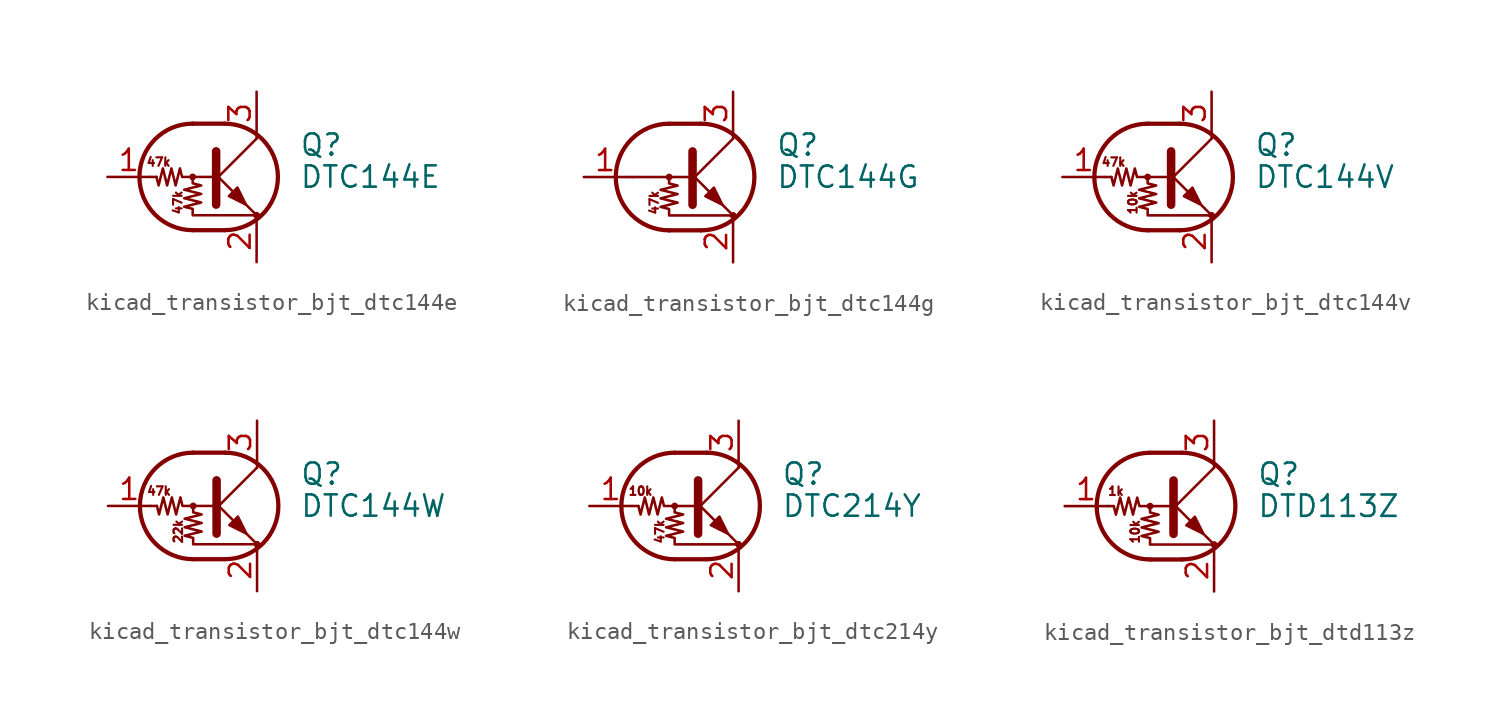
<source format=kicad_sym>
(kicad_symbol_lib
  (version 20220914)
  (generator kicad_symbol_editor)
  (symbol "kicad_transistor_bjt_dtc144e"
    (pin_names
      (offset 0) hide)
    (property "Reference" "Q"
      (at 5.08 1.905 0)
      (effects (font (size 1.27 1.27)) (justify left)))
    (property "Value" "DTC144E"
      (at 5.08 0 0)
      (effects (font (size 1.27 1.27)) (justify left)))
    (symbol "kicad_transistor_bjt_dtc144e_0_0"
      (text "47k" (at -3.302 0.889 0) (effects (font (size 0.508 0.508))))
      (text "47k" (at -2.159 -1.524 900) (effects (font (size 0.508 0.508)))))
    (symbol "kicad_transistor_bjt_dtc144e_0_1"
      (circle (center -1.27 0) (radius 0.127) (stroke (width 0) (type default)) (fill (type none)))
      (arc (start -1.27 3.175) (mid -4.4312 0) (end -1.27 -3.175) (stroke (width 0.254) (type default)) (fill (type none)))
      (polyline (pts (xy -3.429 0) (xy -3.81 0)) (stroke (width 0) (type default)) (fill (type none)))
      (polyline (pts (xy -1.27 -3.175) (xy 0.635 -3.175)) (stroke (width 0.254) (type default)) (fill (type none)))
      (polyline (pts (xy -1.27 3.175) (xy 0.635 3.175)) (stroke (width 0.254) (type default)) (fill (type none)))
      (polyline (pts (xy 0 -0.254) (xy 2.54 2.286)) (stroke (width 0) (type default)) (fill (type none)))
      (polyline (pts (xy 0.127 1.524) (xy 0.127 -1.651)) (stroke (width 0.508) (type default)) (fill (type outline)))
      (polyline (pts (xy 2.54 2.286) (xy 2.54 2.54)) (stroke (width 0) (type default)) (fill (type none)))
      (polyline (pts (xy 2.54 -2.286) (xy 0 0.254) (xy 0 0.254)) (stroke (width 0) (type default)) (fill (type none)))
      (polyline (pts (xy 0.889 -1.143) (xy 1.397 -0.635) (xy 1.905 -1.651) (xy 0.889 -1.143)) (stroke (width 0) (type default)) (fill (type outline)))
      (polyline (pts (xy 0 0) (xy -1.905 0) (xy -2.032 0.508) (xy -2.286 -0.508) (xy -2.54 0.508) (xy -2.794 -0.508) (xy -3.048 0.508) (xy -3.302 -0.508) (xy -3.429 0)) (stroke (width 0) (type default)) (fill (type none)))
      (polyline (pts (xy -1.27 0) (xy -1.27 -0.381) (xy -0.762 -0.508) (xy -1.778 -0.762) (xy -0.762 -1.016) (xy -1.778 -1.27) (xy -0.762 -1.524) (xy -1.778 -1.778) (xy -1.27 -1.905) (xy -1.27 -2.286) (xy 2.54 -2.286)) (stroke (width 0) (type default)) (fill (type none)))
      (arc (start 0.635 -3.175) (mid 3.7962 0) (end 0.635 3.175) (stroke (width 0.254) (type default)) (fill (type none)))
      (circle (center 2.54 -2.286) (radius 0.127) (stroke (width 0) (type default)) (fill (type none))))
    (symbol "kicad_transistor_bjt_dtc144e_1_1"
      (pin input line (at -6.35 0 0) (length 2.54) (name "B" (effects (font (size 1.27 1.27)))) (number "1" (effects (font (size 1.27 1.27)))))
      (pin passive line (at 2.54 -5.08 90) (length 2.54) (name "E" (effects (font (size 1.27 1.27)))) (number "2" (effects (font (size 1.27 1.27)))))
      (pin passive line (at 2.54 5.08 270) (length 2.54) (name "C" (effects (font (size 1.27 1.27)))) (number "3" (effects (font (size 1.27 1.27)))))))
  (symbol "kicad_transistor_bjt_dtc144g"
    (pin_names
      (offset 0) hide)
    (property "Reference" "Q"
      (at 5.08 1.905 0)
      (effects (font (size 1.27 1.27)) (justify left)))
    (property "Value" "DTC144G"
      (at 5.08 0 0)
      (effects (font (size 1.27 1.27)) (justify left)))
    (symbol "kicad_transistor_bjt_dtc144g_0_0"
      (polyline (pts (xy -3.429 0) (xy 0 0)) (stroke (width 0) (type default)) (fill (type none)))
      (text "47k" (at -2.159 -1.524 900) (effects (font (size 0.508 0.508)))))
    (symbol "kicad_transistor_bjt_dtc144g_0_1"
      (circle (center -1.27 0) (radius 0.127) (stroke (width 0) (type default)) (fill (type none)))
      (arc (start -1.27 3.175) (mid -4.4312 0) (end -1.27 -3.175) (stroke (width 0.254) (type default)) (fill (type none)))
      (polyline (pts (xy -3.429 0) (xy -3.81 0)) (stroke (width 0) (type default)) (fill (type none)))
      (polyline (pts (xy -1.27 -3.175) (xy 0.635 -3.175)) (stroke (width 0.254) (type default)) (fill (type none)))
      (polyline (pts (xy -1.27 3.175) (xy 0.635 3.175)) (stroke (width 0.254) (type default)) (fill (type none)))
      (polyline (pts (xy 0 -0.254) (xy 2.54 2.286)) (stroke (width 0) (type default)) (fill (type none)))
      (polyline (pts (xy 0.127 1.524) (xy 0.127 -1.651)) (stroke (width 0.508) (type default)) (fill (type outline)))
      (polyline (pts (xy 2.54 2.286) (xy 2.54 2.54)) (stroke (width 0) (type default)) (fill (type none)))
      (polyline (pts (xy 2.54 -2.286) (xy 0 0.254) (xy 0 0.254)) (stroke (width 0) (type default)) (fill (type none)))
      (polyline (pts (xy 0.889 -1.143) (xy 1.397 -0.635) (xy 1.905 -1.651) (xy 0.889 -1.143)) (stroke (width 0) (type default)) (fill (type outline)))
      (polyline (pts (xy -1.27 0) (xy -1.27 -0.381) (xy -0.762 -0.508) (xy -1.778 -0.762) (xy -0.762 -1.016) (xy -1.778 -1.27) (xy -0.762 -1.524) (xy -1.778 -1.778) (xy -1.27 -1.905) (xy -1.27 -2.286) (xy 2.54 -2.286)) (stroke (width 0) (type default)) (fill (type none)))
      (arc (start 0.635 -3.175) (mid 3.7962 0) (end 0.635 3.175) (stroke (width 0.254) (type default)) (fill (type none)))
      (circle (center 2.54 -2.286) (radius 0.127) (stroke (width 0) (type default)) (fill (type none))))
    (symbol "kicad_transistor_bjt_dtc144g_1_1"
      (pin input line (at -6.35 0 0) (length 2.54) (name "B" (effects (font (size 1.27 1.27)))) (number "1" (effects (font (size 1.27 1.27)))))
      (pin passive line (at 2.54 -5.08 90) (length 2.54) (name "E" (effects (font (size 1.27 1.27)))) (number "2" (effects (font (size 1.27 1.27)))))
      (pin passive line (at 2.54 5.08 270) (length 2.54) (name "C" (effects (font (size 1.27 1.27)))) (number "3" (effects (font (size 1.27 1.27)))))))
  (symbol "kicad_transistor_bjt_dtc144v"
    (pin_names
      (offset 0) hide)
    (property "Reference" "Q"
      (at 5.08 1.905 0)
      (effects (font (size 1.27 1.27)) (justify left)))
    (property "Value" "DTC144V"
      (at 5.08 0 0)
      (effects (font (size 1.27 1.27)) (justify left)))
    (symbol "kicad_transistor_bjt_dtc144v_0_0"
      (text "10k" (at -2.159 -1.524 900) (effects (font (size 0.508 0.508))))
      (text "47k" (at -3.302 0.889 0) (effects (font (size 0.508 0.508)))))
    (symbol "kicad_transistor_bjt_dtc144v_0_1"
      (circle (center -1.27 0) (radius 0.127) (stroke (width 0) (type default)) (fill (type none)))
      (arc (start -1.27 3.175) (mid -4.4312 0) (end -1.27 -3.175) (stroke (width 0.254) (type default)) (fill (type none)))
      (polyline (pts (xy -3.429 0) (xy -3.81 0)) (stroke (width 0) (type default)) (fill (type none)))
      (polyline (pts (xy -1.27 -3.175) (xy 0.635 -3.175)) (stroke (width 0.254) (type default)) (fill (type none)))
      (polyline (pts (xy -1.27 3.175) (xy 0.635 3.175)) (stroke (width 0.254) (type default)) (fill (type none)))
      (polyline (pts (xy 0 -0.254) (xy 2.54 2.286)) (stroke (width 0) (type default)) (fill (type none)))
      (polyline (pts (xy 0.127 1.524) (xy 0.127 -1.651)) (stroke (width 0.508) (type default)) (fill (type outline)))
      (polyline (pts (xy 2.54 2.286) (xy 2.54 2.54)) (stroke (width 0) (type default)) (fill (type none)))
      (polyline (pts (xy 2.54 -2.286) (xy 0 0.254) (xy 0 0.254)) (stroke (width 0) (type default)) (fill (type none)))
      (polyline (pts (xy 0.889 -1.143) (xy 1.397 -0.635) (xy 1.905 -1.651) (xy 0.889 -1.143)) (stroke (width 0) (type default)) (fill (type outline)))
      (polyline (pts (xy 0 0) (xy -1.905 0) (xy -2.032 0.508) (xy -2.286 -0.508) (xy -2.54 0.508) (xy -2.794 -0.508) (xy -3.048 0.508) (xy -3.302 -0.508) (xy -3.429 0)) (stroke (width 0) (type default)) (fill (type none)))
      (polyline (pts (xy -1.27 0) (xy -1.27 -0.381) (xy -0.762 -0.508) (xy -1.778 -0.762) (xy -0.762 -1.016) (xy -1.778 -1.27) (xy -0.762 -1.524) (xy -1.778 -1.778) (xy -1.27 -1.905) (xy -1.27 -2.286) (xy 2.54 -2.286)) (stroke (width 0) (type default)) (fill (type none)))
      (arc (start 0.635 -3.175) (mid 3.7962 0) (end 0.635 3.175) (stroke (width 0.254) (type default)) (fill (type none)))
      (circle (center 2.54 -2.286) (radius 0.127) (stroke (width 0) (type default)) (fill (type none))))
    (symbol "kicad_transistor_bjt_dtc144v_1_1"
      (pin input line (at -6.35 0 0) (length 2.54) (name "B" (effects (font (size 1.27 1.27)))) (number "1" (effects (font (size 1.27 1.27)))))
      (pin passive line (at 2.54 -5.08 90) (length 2.54) (name "E" (effects (font (size 1.27 1.27)))) (number "2" (effects (font (size 1.27 1.27)))))
      (pin passive line (at 2.54 5.08 270) (length 2.54) (name "C" (effects (font (size 1.27 1.27)))) (number "3" (effects (font (size 1.27 1.27)))))))
  (symbol "kicad_transistor_bjt_dtc144w"
    (pin_names
      (offset 0) hide)
    (property "Reference" "Q"
      (at 5.08 1.905 0)
      (effects (font (size 1.27 1.27)) (justify left)))
    (property "Value" "DTC144W"
      (at 5.08 0 0)
      (effects (font (size 1.27 1.27)) (justify left)))
    (symbol "kicad_transistor_bjt_dtc144w_0_0"
      (text "22k" (at -2.159 -1.524 900) (effects (font (size 0.508 0.508))))
      (text "47k" (at -3.302 0.889 0) (effects (font (size 0.508 0.508)))))
    (symbol "kicad_transistor_bjt_dtc144w_0_1"
      (circle (center -1.27 0) (radius 0.127) (stroke (width 0) (type default)) (fill (type none)))
      (arc (start -1.27 3.175) (mid -4.4312 0) (end -1.27 -3.175) (stroke (width 0.254) (type default)) (fill (type none)))
      (polyline (pts (xy -3.429 0) (xy -3.81 0)) (stroke (width 0) (type default)) (fill (type none)))
      (polyline (pts (xy -1.27 -3.175) (xy 0.635 -3.175)) (stroke (width 0.254) (type default)) (fill (type none)))
      (polyline (pts (xy -1.27 3.175) (xy 0.635 3.175)) (stroke (width 0.254) (type default)) (fill (type none)))
      (polyline (pts (xy 0 -0.254) (xy 2.54 2.286)) (stroke (width 0) (type default)) (fill (type none)))
      (polyline (pts (xy 0.127 1.524) (xy 0.127 -1.651)) (stroke (width 0.508) (type default)) (fill (type outline)))
      (polyline (pts (xy 2.54 2.286) (xy 2.54 2.54)) (stroke (width 0) (type default)) (fill (type none)))
      (polyline (pts (xy 2.54 -2.286) (xy 0 0.254) (xy 0 0.254)) (stroke (width 0) (type default)) (fill (type none)))
      (polyline (pts (xy 0.889 -1.143) (xy 1.397 -0.635) (xy 1.905 -1.651) (xy 0.889 -1.143)) (stroke (width 0) (type default)) (fill (type outline)))
      (polyline (pts (xy 0 0) (xy -1.905 0) (xy -2.032 0.508) (xy -2.286 -0.508) (xy -2.54 0.508) (xy -2.794 -0.508) (xy -3.048 0.508) (xy -3.302 -0.508) (xy -3.429 0)) (stroke (width 0) (type default)) (fill (type none)))
      (polyline (pts (xy -1.27 0) (xy -1.27 -0.381) (xy -0.762 -0.508) (xy -1.778 -0.762) (xy -0.762 -1.016) (xy -1.778 -1.27) (xy -0.762 -1.524) (xy -1.778 -1.778) (xy -1.27 -1.905) (xy -1.27 -2.286) (xy 2.54 -2.286)) (stroke (width 0) (type default)) (fill (type none)))
      (arc (start 0.635 -3.175) (mid 3.7962 0) (end 0.635 3.175) (stroke (width 0.254) (type default)) (fill (type none)))
      (circle (center 2.54 -2.286) (radius 0.127) (stroke (width 0) (type default)) (fill (type none))))
    (symbol "kicad_transistor_bjt_dtc144w_1_1"
      (pin input line (at -6.35 0 0) (length 2.54) (name "B" (effects (font (size 1.27 1.27)))) (number "1" (effects (font (size 1.27 1.27)))))
      (pin passive line (at 2.54 -5.08 90) (length 2.54) (name "E" (effects (font (size 1.27 1.27)))) (number "2" (effects (font (size 1.27 1.27)))))
      (pin passive line (at 2.54 5.08 270) (length 2.54) (name "C" (effects (font (size 1.27 1.27)))) (number "3" (effects (font (size 1.27 1.27)))))))
  (symbol "kicad_transistor_bjt_dtc214y"
    (pin_names
      (offset 0) hide)
    (property "Reference" "Q"
      (at 5.08 1.905 0)
      (effects (font (size 1.27 1.27)) (justify left)))
    (property "Value" "DTC214Y"
      (at 5.08 0 0)
      (effects (font (size 1.27 1.27)) (justify left)))
    (symbol "kicad_transistor_bjt_dtc214y_0_0"
      (text "10k" (at -3.302 0.889 0) (effects (font (size 0.508 0.508))))
      (text "47k" (at -2.159 -1.524 900) (effects (font (size 0.508 0.508)))))
    (symbol "kicad_transistor_bjt_dtc214y_0_1"
      (circle (center -1.27 0) (radius 0.127) (stroke (width 0) (type default)) (fill (type none)))
      (arc (start -1.27 3.175) (mid -4.4312 0) (end -1.27 -3.175) (stroke (width 0.254) (type default)) (fill (type none)))
      (polyline (pts (xy -3.429 0) (xy -3.81 0)) (stroke (width 0) (type default)) (fill (type none)))
      (polyline (pts (xy -1.27 -3.175) (xy 0.635 -3.175)) (stroke (width 0.254) (type default)) (fill (type none)))
      (polyline (pts (xy -1.27 3.175) (xy 0.635 3.175)) (stroke (width 0.254) (type default)) (fill (type none)))
      (polyline (pts (xy 0 -0.254) (xy 2.54 2.286)) (stroke (width 0) (type default)) (fill (type none)))
      (polyline (pts (xy 0.127 1.524) (xy 0.127 -1.651)) (stroke (width 0.508) (type default)) (fill (type outline)))
      (polyline (pts (xy 2.54 2.286) (xy 2.54 2.54)) (stroke (width 0) (type default)) (fill (type none)))
      (polyline (pts (xy 2.54 -2.286) (xy 0 0.254) (xy 0 0.254)) (stroke (width 0) (type default)) (fill (type none)))
      (polyline (pts (xy 0.889 -1.143) (xy 1.397 -0.635) (xy 1.905 -1.651) (xy 0.889 -1.143)) (stroke (width 0) (type default)) (fill (type outline)))
      (polyline (pts (xy 0 0) (xy -1.905 0) (xy -2.032 0.508) (xy -2.286 -0.508) (xy -2.54 0.508) (xy -2.794 -0.508) (xy -3.048 0.508) (xy -3.302 -0.508) (xy -3.429 0)) (stroke (width 0) (type default)) (fill (type none)))
      (polyline (pts (xy -1.27 0) (xy -1.27 -0.381) (xy -0.762 -0.508) (xy -1.778 -0.762) (xy -0.762 -1.016) (xy -1.778 -1.27) (xy -0.762 -1.524) (xy -1.778 -1.778) (xy -1.27 -1.905) (xy -1.27 -2.286) (xy 2.54 -2.286)) (stroke (width 0) (type default)) (fill (type none)))
      (arc (start 0.635 -3.175) (mid 3.7962 0) (end 0.635 3.175) (stroke (width 0.254) (type default)) (fill (type none)))
      (circle (center 2.54 -2.286) (radius 0.127) (stroke (width 0) (type default)) (fill (type none))))
    (symbol "kicad_transistor_bjt_dtc214y_1_1"
      (pin input line (at -6.35 0 0) (length 2.54) (name "B" (effects (font (size 1.27 1.27)))) (number "1" (effects (font (size 1.27 1.27)))))
      (pin passive line (at 2.54 -5.08 90) (length 2.54) (name "E" (effects (font (size 1.27 1.27)))) (number "2" (effects (font (size 1.27 1.27)))))
      (pin passive line (at 2.54 5.08 270) (length 2.54) (name "C" (effects (font (size 1.27 1.27)))) (number "3" (effects (font (size 1.27 1.27)))))))
  (symbol "kicad_transistor_bjt_dtd113z"
    (pin_names
      (offset 0) hide)
    (property "Reference" "Q"
      (at 5.08 1.905 0)
      (effects (font (size 1.27 1.27)) (justify left)))
    (property "Value" "DTD113Z"
      (at 5.08 0 0)
      (effects (font (size 1.27 1.27)) (justify left)))
    (symbol "kicad_transistor_bjt_dtd113z_0_0"
      (text "10k" (at -2.159 -1.524 900) (effects (font (size 0.508 0.508))))
      (text "1k" (at -3.302 0.889 0) (effects (font (size 0.508 0.508)))))
    (symbol "kicad_transistor_bjt_dtd113z_0_1"
      (circle (center -1.27 0) (radius 0.127) (stroke (width 0) (type default)) (fill (type none)))
      (arc (start -1.27 3.175) (mid -4.4312 0) (end -1.27 -3.175) (stroke (width 0.254) (type default)) (fill (type none)))
      (polyline (pts (xy -3.429 0) (xy -3.81 0)) (stroke (width 0) (type default)) (fill (type none)))
      (polyline (pts (xy -1.27 -3.175) (xy 0.635 -3.175)) (stroke (width 0.254) (type default)) (fill (type none)))
      (polyline (pts (xy -1.27 3.175) (xy 0.635 3.175)) (stroke (width 0.254) (type default)) (fill (type none)))
      (polyline (pts (xy 0 -0.254) (xy 2.54 2.286)) (stroke (width 0) (type default)) (fill (type none)))
      (polyline (pts (xy 0.127 1.524) (xy 0.127 -1.651)) (stroke (width 0.508) (type default)) (fill (type outline)))
      (polyline (pts (xy 2.54 2.286) (xy 2.54 2.54)) (stroke (width 0) (type default)) (fill (type none)))
      (polyline (pts (xy 2.54 -2.286) (xy 0 0.254) (xy 0 0.254)) (stroke (width 0) (type default)) (fill (type none)))
      (polyline (pts (xy 0.889 -1.143) (xy 1.397 -0.635) (xy 1.905 -1.651) (xy 0.889 -1.143)) (stroke (width 0) (type default)) (fill (type outline)))
      (polyline (pts (xy 0 0) (xy -1.905 0) (xy -2.032 0.508) (xy -2.286 -0.508) (xy -2.54 0.508) (xy -2.794 -0.508) (xy -3.048 0.508) (xy -3.302 -0.508) (xy -3.429 0)) (stroke (width 0) (type default)) (fill (type none)))
      (polyline (pts (xy -1.27 0) (xy -1.27 -0.381) (xy -0.762 -0.508) (xy -1.778 -0.762) (xy -0.762 -1.016) (xy -1.778 -1.27) (xy -0.762 -1.524) (xy -1.778 -1.778) (xy -1.27 -1.905) (xy -1.27 -2.286) (xy 2.54 -2.286)) (stroke (width 0) (type default)) (fill (type none)))
      (arc (start 0.635 -3.175) (mid 3.7962 0) (end 0.635 3.175) (stroke (width 0.254) (type default)) (fill (type none)))
      (circle (center 2.54 -2.286) (radius 0.127) (stroke (width 0) (type default)) (fill (type none))))
    (symbol "kicad_transistor_bjt_dtd113z_1_1"
      (pin input line (at -6.35 0 0) (length 2.54) (name "B" (effects (font (size 1.27 1.27)))) (number "1" (effects (font (size 1.27 1.27)))))
      (pin passive line (at 2.54 -5.08 90) (length 2.54) (name "E" (effects (font (size 1.27 1.27)))) (number "2" (effects (font (size 1.27 1.27)))))
      (pin passive line (at 2.54 5.08 270) (length 2.54) (name "C" (effects (font (size 1.27 1.27)))) (number "3" (effects (font (size 1.27 1.27))))))))
</source>
